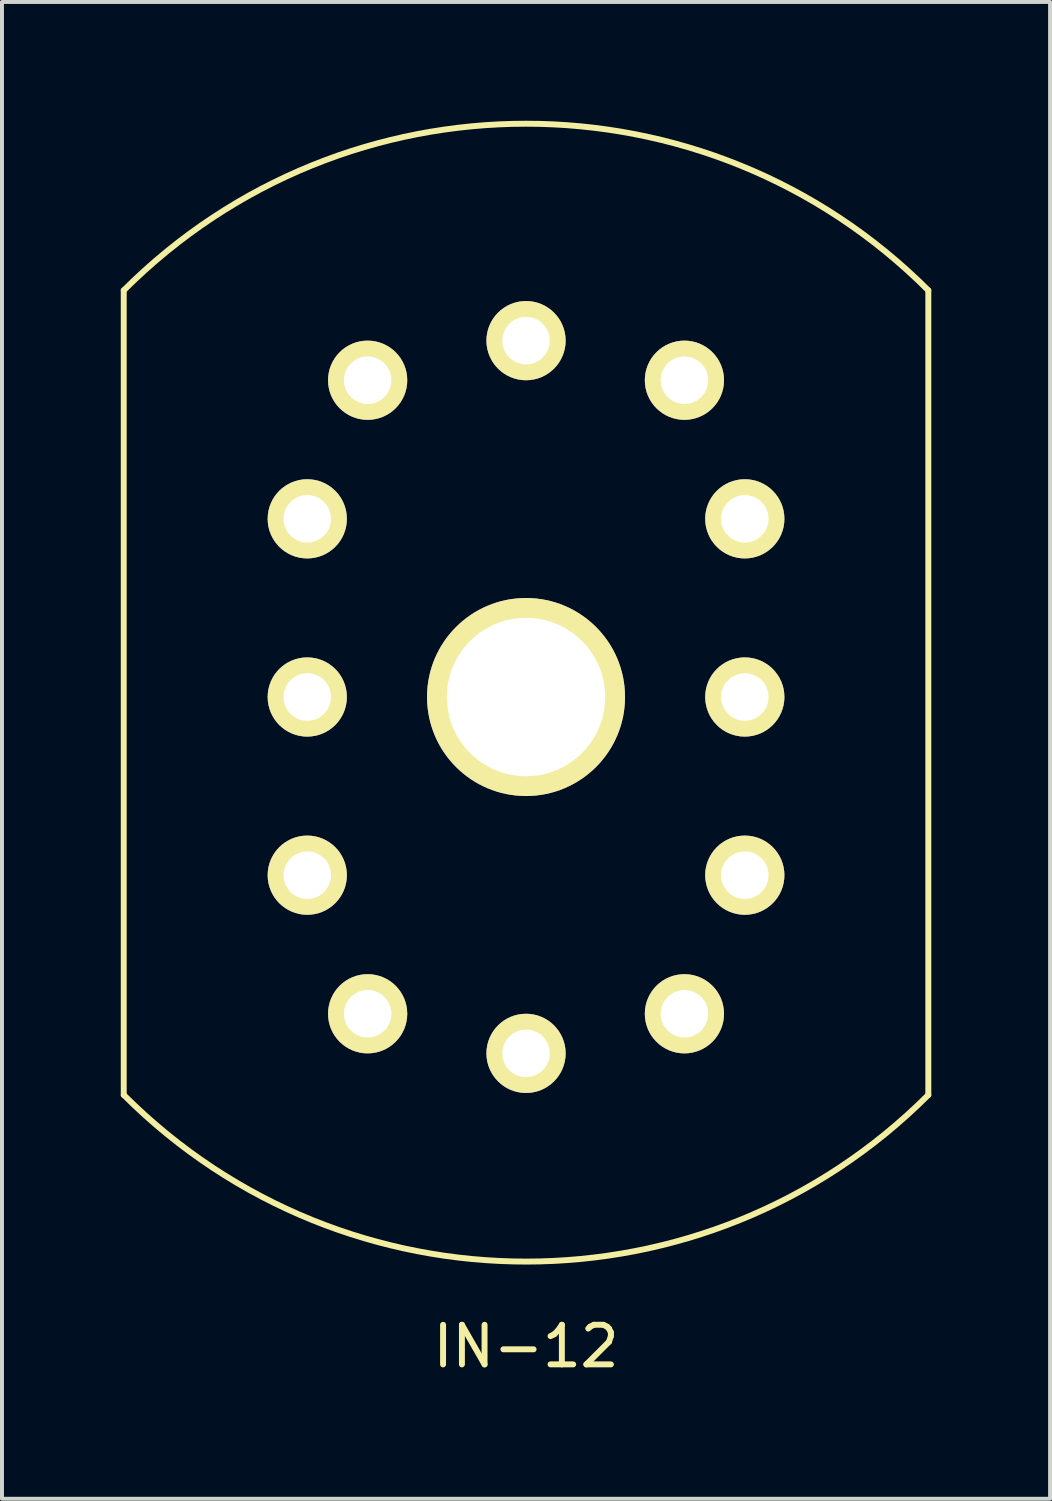
<source format=kicad_pcb>
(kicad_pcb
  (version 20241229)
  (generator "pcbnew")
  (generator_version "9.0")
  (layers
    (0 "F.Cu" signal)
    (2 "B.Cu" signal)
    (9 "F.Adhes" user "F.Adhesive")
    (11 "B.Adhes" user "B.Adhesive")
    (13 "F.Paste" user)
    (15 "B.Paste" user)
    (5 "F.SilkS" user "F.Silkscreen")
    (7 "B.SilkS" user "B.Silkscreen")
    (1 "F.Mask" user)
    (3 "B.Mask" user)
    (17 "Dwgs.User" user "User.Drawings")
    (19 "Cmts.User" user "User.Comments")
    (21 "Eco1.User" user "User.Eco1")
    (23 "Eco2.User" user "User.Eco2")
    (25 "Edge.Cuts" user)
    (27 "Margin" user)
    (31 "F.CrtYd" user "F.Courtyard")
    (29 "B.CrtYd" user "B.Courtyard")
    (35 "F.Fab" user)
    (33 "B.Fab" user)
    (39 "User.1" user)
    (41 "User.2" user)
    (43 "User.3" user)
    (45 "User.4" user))
  (footprint "IN-12"
    (layer "F.Cu")
    (at 10.235 5.553)
    (property "Reference" "IN-12" (at 0 25.4 0) (layer "F.SilkS") (effects (font (size 1 1) (thickness 0.15))))
    (attr through_hole)
    (fp_line (start -10.16 -1.27) (end -10.16 19.05) (stroke (width 0.15) (type solid)) (layer "F.SilkS"))
    (fp_line (start 10.16 -1.27) (end 10.16 19.05) (stroke (width 0.15) (type solid)) (layer "F.SilkS"))
    (fp_arc (start -10.16 -1.27) (mid 0 -5.47841) (end 10.16 -1.27) (stroke (width 0.15) (type solid)) (layer "F.SilkS"))
    (fp_arc (start 10.16 19.05) (mid 0 23.25841) (end -10.16 19.05) (stroke (width 0.15) (type solid)) (layer "F.SilkS"))
    (pad "" np_thru_hole circle (at 0 9) (size 5 5) (drill 4) (layers "*.Cu" "*.Mask" "F.SilkS"))
    (pad "1" thru_hole circle (at 4 1) (size 2 2) (drill 1.2) (layers "*.Cu" "*.Mask" "F.SilkS"))
    (pad "2" thru_hole circle (at 5.525 4.5) (size 2 2) (drill 1.2) (layers "*.Cu" "*.Mask" "F.SilkS"))
    (pad "3" thru_hole circle (at 5.525 9) (size 2 2) (drill 1.2) (layers "*.Cu" "*.Mask" "F.SilkS"))
    (pad "4" thru_hole circle (at 5.525 13.5) (size 2 2) (drill 1.2) (layers "*.Cu" "*.Mask" "F.SilkS"))
    (pad "5" thru_hole circle (at 4 17) (size 2 2) (drill 1.2) (layers "*.Cu" "*.Mask" "F.SilkS"))
    (pad "6" thru_hole circle (at 0 18) (size 2 2) (drill 1.2) (layers "*.Cu" "*.Mask" "F.SilkS"))
    (pad "7" thru_hole circle (at -4 17) (size 2 2) (drill 1.2) (layers "*.Cu" "*.Mask" "F.SilkS"))
    (pad "8" thru_hole circle (at -5.525 13.5) (size 2 2) (drill 1.2) (layers "*.Cu" "*.Mask" "F.SilkS"))
    (pad "9" thru_hole circle (at -5.525 9) (size 2 2) (drill 1.2) (layers "*.Cu" "*.Mask" "F.SilkS"))
    (pad "10" thru_hole circle (at -5.525 4.5) (size 2 2) (drill 1.2) (layers "*.Cu" "*.Mask" "F.SilkS"))
    (pad "11" thru_hole circle (at -4 1) (size 2 2) (drill 1.2) (layers "*.Cu" "*.Mask" "F.SilkS"))
    (pad "12" thru_hole circle (at 0 0) (size 2 2) (drill 1.2) (layers "*.Cu" "*.Mask" "F.SilkS")))
  (gr_rect
    (start -3 -3)
    (end 23.47 34.802)
    (stroke (width 0.1) (type default))
    (fill no)
    (layer "Edge.Cuts")))
</source>
